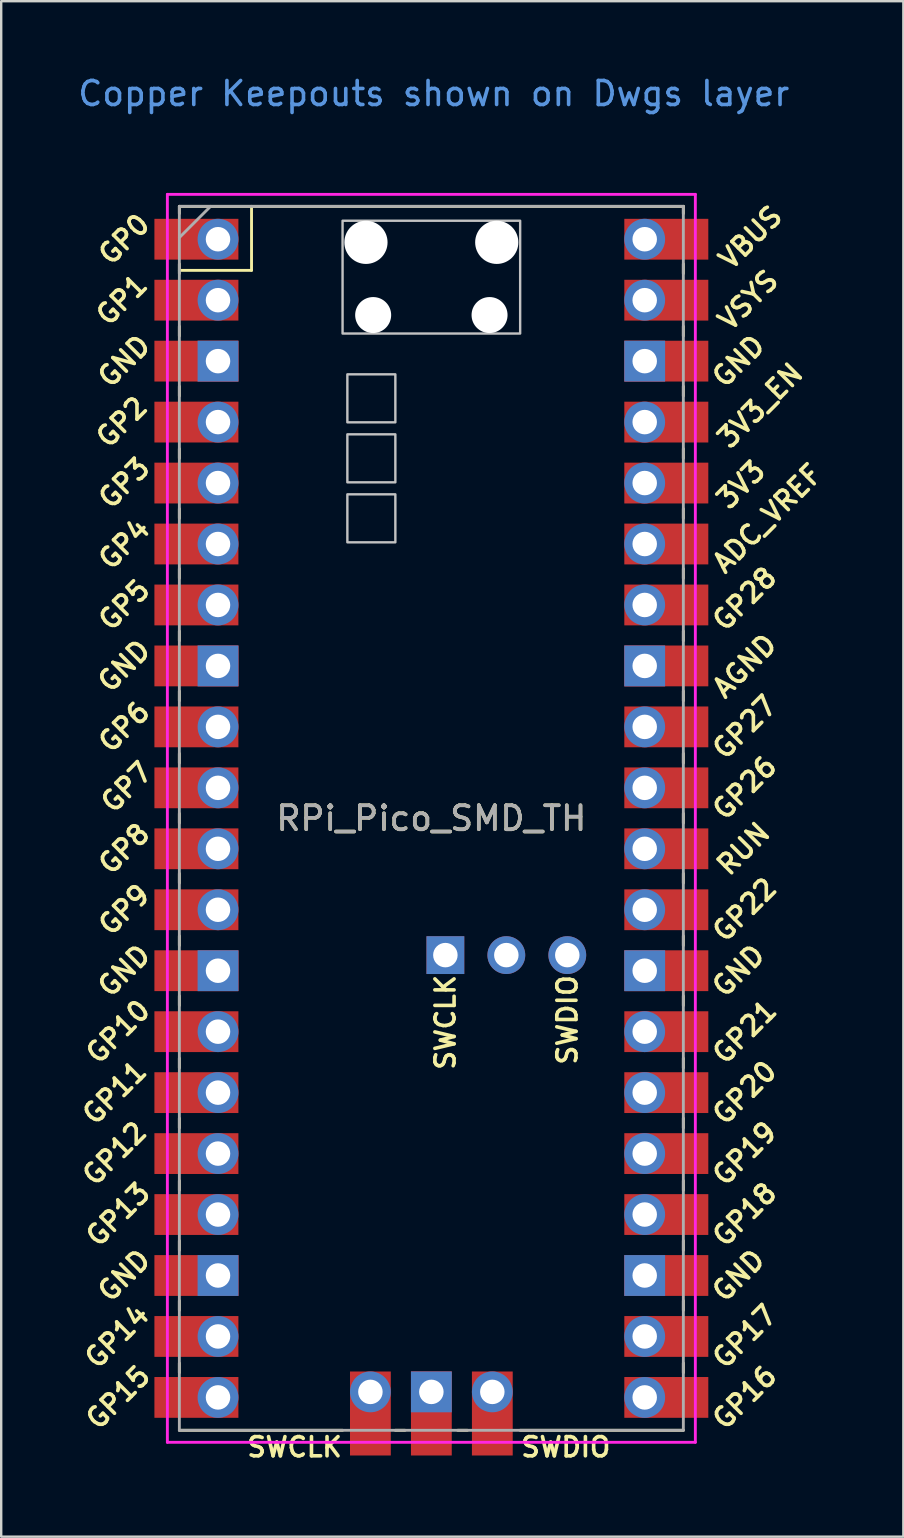
<source format=kicad_pcb>
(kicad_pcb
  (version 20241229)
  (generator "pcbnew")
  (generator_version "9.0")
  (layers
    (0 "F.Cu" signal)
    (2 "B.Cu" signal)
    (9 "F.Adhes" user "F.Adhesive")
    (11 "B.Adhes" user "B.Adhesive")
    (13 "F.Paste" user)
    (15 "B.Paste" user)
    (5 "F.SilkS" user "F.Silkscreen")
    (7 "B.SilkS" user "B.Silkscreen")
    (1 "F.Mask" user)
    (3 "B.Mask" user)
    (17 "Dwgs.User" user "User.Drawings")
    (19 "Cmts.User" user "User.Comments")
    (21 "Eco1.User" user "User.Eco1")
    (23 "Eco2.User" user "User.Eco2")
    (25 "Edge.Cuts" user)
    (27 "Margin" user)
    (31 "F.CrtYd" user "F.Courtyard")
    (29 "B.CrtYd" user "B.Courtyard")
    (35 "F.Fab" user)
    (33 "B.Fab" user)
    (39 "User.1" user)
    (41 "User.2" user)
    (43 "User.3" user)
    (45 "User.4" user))
  (footprint "RPi_Pico_SMD_TH"
    (layer "F.Cu")
    (at 4.424 56.548)
    (property "Reference" "RPi_Pico_SMD_TH" (at 10.5 -25.5 180) (layer "F.SilkS") (effects (font (size 1 1) (thickness 0.15))))
    (attr through_hole)
    (fp_line (start 0 -51) (end 0 -50.7) (stroke (width 0.12) (type solid)) (layer "F.SilkS"))
    (fp_line (start 0 -51) (end 21 -51) (stroke (width 0.12) (type solid)) (layer "F.SilkS"))
    (fp_line (start 0 -48.6) (end 0 -48.2) (stroke (width 0.12) (type solid)) (layer "F.SilkS"))
    (fp_line (start 0 -48.333) (end 3.007 -48.333) (stroke (width 0.12) (type solid)) (layer "F.SilkS"))
    (fp_line (start 0 -46) (end 0 -45.6) (stroke (width 0.12) (type solid)) (layer "F.SilkS"))
    (fp_line (start 0 -43.5) (end 0 -43.1) (stroke (width 0.12) (type solid)) (layer "F.SilkS"))
    (fp_line (start 0 -40.9) (end 0 -40.5) (stroke (width 0.12) (type solid)) (layer "F.SilkS"))
    (fp_line (start 0 -38.4) (end 0 -38) (stroke (width 0.12) (type solid)) (layer "F.SilkS"))
    (fp_line (start 0 -35.9) (end 0 -35.5) (stroke (width 0.12) (type solid)) (layer "F.SilkS"))
    (fp_line (start 0 -33.3) (end 0 -32.9) (stroke (width 0.12) (type solid)) (layer "F.SilkS"))
    (fp_line (start 0 -30.8) (end 0 -30.4) (stroke (width 0.12) (type solid)) (layer "F.SilkS"))
    (fp_line (start 0 -28.2) (end 0 -27.8) (stroke (width 0.12) (type solid)) (layer "F.SilkS"))
    (fp_line (start 0 -25.7) (end 0 -25.3) (stroke (width 0.12) (type solid)) (layer "F.SilkS"))
    (fp_line (start 0 -23.2) (end 0 -22.8) (stroke (width 0.12) (type solid)) (layer "F.SilkS"))
    (fp_line (start 0 -20.6) (end 0 -20.2) (stroke (width 0.12) (type solid)) (layer "F.SilkS"))
    (fp_line (start 0 -18.1) (end 0 -17.7) (stroke (width 0.12) (type solid)) (layer "F.SilkS"))
    (fp_line (start 0 -15.5) (end 0 -15.1) (stroke (width 0.12) (type solid)) (layer "F.SilkS"))
    (fp_line (start 0 -13) (end 0 -12.6) (stroke (width 0.12) (type solid)) (layer "F.SilkS"))
    (fp_line (start 0 -10.4) (end 0 -10) (stroke (width 0.12) (type solid)) (layer "F.SilkS"))
    (fp_line (start 0 -7.9) (end 0 -7.5) (stroke (width 0.12) (type solid)) (layer "F.SilkS"))
    (fp_line (start 0 -5.4) (end 0 -5) (stroke (width 0.12) (type solid)) (layer "F.SilkS"))
    (fp_line (start 0 -2.8) (end 0 -2.4) (stroke (width 0.12) (type solid)) (layer "F.SilkS"))
    (fp_line (start 3.007 -48.333) (end 3.007 -51) (stroke (width 0.12) (type solid)) (layer "F.SilkS"))
    (fp_line (start 6.8 0) (end 0 0) (stroke (width 0.12) (type solid)) (layer "F.SilkS"))
    (fp_line (start 9 0) (end 9.4 0) (stroke (width 0.12) (type solid)) (layer "F.SilkS"))
    (fp_line (start 11.6 0) (end 12 0) (stroke (width 0.12) (type solid)) (layer "F.SilkS"))
    (fp_line (start 21 -51) (end 21 -50.7) (stroke (width 0.12) (type solid)) (layer "F.SilkS"))
    (fp_line (start 21 -48.6) (end 21 -48.2) (stroke (width 0.12) (type solid)) (layer "F.SilkS"))
    (fp_line (start 21 -46) (end 21 -45.6) (stroke (width 0.12) (type solid)) (layer "F.SilkS"))
    (fp_line (start 21 -43.5) (end 21 -43.1) (stroke (width 0.12) (type solid)) (layer "F.SilkS"))
    (fp_line (start 21 -40.9) (end 21 -40.5) (stroke (width 0.12) (type solid)) (layer "F.SilkS"))
    (fp_line (start 21 -38.4) (end 21 -38) (stroke (width 0.12) (type solid)) (layer "F.SilkS"))
    (fp_line (start 21 -35.9) (end 21 -35.5) (stroke (width 0.12) (type solid)) (layer "F.SilkS"))
    (fp_line (start 21 -33.3) (end 21 -32.9) (stroke (width 0.12) (type solid)) (layer "F.SilkS"))
    (fp_line (start 21 -30.8) (end 21 -30.4) (stroke (width 0.12) (type solid)) (layer "F.SilkS"))
    (fp_line (start 21 -28.2) (end 21 -27.8) (stroke (width 0.12) (type solid)) (layer "F.SilkS"))
    (fp_line (start 21 -25.7) (end 21 -25.3) (stroke (width 0.12) (type solid)) (layer "F.SilkS"))
    (fp_line (start 21 -23.2) (end 21 -22.8) (stroke (width 0.12) (type solid)) (layer "F.SilkS"))
    (fp_line (start 21 -20.6) (end 21 -20.2) (stroke (width 0.12) (type solid)) (layer "F.SilkS"))
    (fp_line (start 21 -18.1) (end 21 -17.7) (stroke (width 0.12) (type solid)) (layer "F.SilkS"))
    (fp_line (start 21 -15.5) (end 21 -15.1) (stroke (width 0.12) (type solid)) (layer "F.SilkS"))
    (fp_line (start 21 -13) (end 21 -12.6) (stroke (width 0.12) (type solid)) (layer "F.SilkS"))
    (fp_line (start 21 -10.4) (end 21 -10) (stroke (width 0.12) (type solid)) (layer "F.SilkS"))
    (fp_line (start 21 -7.9) (end 21 -7.5) (stroke (width 0.12) (type solid)) (layer "F.SilkS"))
    (fp_line (start 21 -5.4) (end 21 -5) (stroke (width 0.12) (type solid)) (layer "F.SilkS"))
    (fp_line (start 21 -2.8) (end 21 -2.4) (stroke (width 0.12) (type solid)) (layer "F.SilkS"))
    (fp_line (start 21 0) (end 14.2 0) (stroke (width 0.12) (type solid)) (layer "F.SilkS"))
    (fp_poly (pts (xy 9 -42) (xy 7 -42) (xy 7 -44) (xy 9 -44)) (stroke (width 0.1) (type solid)) (fill no) (layer "Dwgs.User"))
    (fp_poly (pts (xy 9 -39.5) (xy 7 -39.5) (xy 7 -41.5) (xy 9 -41.5)) (stroke (width 0.1) (type solid)) (fill no) (layer "Dwgs.User"))
    (fp_poly (pts (xy 9 -37) (xy 7 -37) (xy 7 -39) (xy 9 -39)) (stroke (width 0.1) (type solid)) (fill no) (layer "Dwgs.User"))
    (fp_poly (pts (xy 14.2 -45.7) (xy 6.8 -45.7) (xy 6.8 -50.4) (xy 14.2 -50.4)) (stroke (width 0.1) (type solid)) (fill no) (layer "Dwgs.User"))
    (fp_line (start -0.5 -51.5) (end 21.5 -51.5) (stroke (width 0.12) (type solid)) (layer "F.CrtYd"))
    (fp_line (start -0.5 0.5) (end -0.5 -51.5) (stroke (width 0.12) (type solid)) (layer "F.CrtYd"))
    (fp_line (start 21.5 -51.5) (end 21.5 0.5) (stroke (width 0.12) (type solid)) (layer "F.CrtYd"))
    (fp_line (start 21.5 0.5) (end -0.5 0.5) (stroke (width 0.12) (type solid)) (layer "F.CrtYd"))
    (fp_line (start 0 -51) (end 21 -51) (stroke (width 0.12) (type solid)) (layer "F.Fab"))
    (fp_line (start 0 -49.7) (end 1.3 -51) (stroke (width 0.12) (type solid)) (layer "F.Fab"))
    (fp_line (start 0 0) (end 0 -51) (stroke (width 0.12) (type solid)) (layer "F.Fab"))
    (fp_line (start 21 -51) (end 21 0) (stroke (width 0.12) (type solid)) (layer "F.Fab"))
    (fp_line (start 21 0) (end 0 0) (stroke (width 0.12) (type solid)) (layer "F.Fab"))
    (fp_text user "GP2" (at -2.4 -42.01 225) (layer "F.SilkS") (effects (font (size 0.8 0.8) (thickness 0.15))))
    (fp_text user "GP18" (at 23.554 -8.99 225) (layer "F.SilkS") (effects (font (size 0.8 0.8) (thickness 0.15))))
    (fp_text user "GP0" (at -2.3 -49.63 225) (layer "F.SilkS") (effects (font (size 0.8 0.8) (thickness 0.15))))
    (fp_text user "GND" (at 23.3 -44.55 225) (layer "F.SilkS") (effects (font (size 0.8 0.8) (thickness 0.15))))
    (fp_text user "SWCLK" (at 4.8 0.7 180) (layer "F.SilkS") (effects (font (size 0.8 0.8) (thickness 0.15))))
    (fp_text user "GP21" (at 23.554 -16.6 225) (layer "F.SilkS") (effects (font (size 0.8 0.8) (thickness 0.15))))
    (fp_text user "GP10" (at -2.554 -16.61 225) (layer "F.SilkS") (effects (font (size 0.8 0.8) (thickness 0.15))))
    (fp_text user "GP20" (at 23.554 -14.07 225) (layer "F.SilkS") (effects (font (size 0.8 0.8) (thickness 0.15))))
    (fp_text user "RUN" (at 23.5 -24.23 225) (layer "F.SilkS") (effects (font (size 0.8 0.8) (thickness 0.15))))
    (fp_text user "AGND" (at 23.554 -31.85 225) (layer "F.SilkS") (effects (font (size 0.8 0.8) (thickness 0.15))))
    (fp_text user "GND" (at 23.3 -6.45 225) (layer "F.SilkS") (effects (font (size 0.8 0.8) (thickness 0.15))))
    (fp_text user "GP26" (at 23.554 -26.77 225) (layer "F.SilkS") (effects (font (size 0.8 0.8) (thickness 0.15))))
    (fp_text user "GP17" (at 23.554 -3.91 225) (layer "F.SilkS") (effects (font (size 0.8 0.8) (thickness 0.15))))
    (fp_text user "VSYS" (at 23.7 -47.09 225) (layer "F.SilkS") (effects (font (size 0.8 0.8) (thickness 0.15))))
    (fp_text user "GP28" (at 23.554 -34.644 225) (layer "F.SilkS") (effects (font (size 0.8 0.8) (thickness 0.15))))
    (fp_text user "GND" (at -2.3 -44.55 225) (layer "F.SilkS") (effects (font (size 0.8 0.8) (thickness 0.15))))
    (fp_text user "GP11" (at -2.7 -14.07 225) (layer "F.SilkS") (effects (font (size 0.8 0.8) (thickness 0.15))))
    (fp_text user "3V3_EN" (at 24.2 -42.7 225) (layer "F.SilkS") (effects (font (size 0.8 0.8) (thickness 0.15))))
    (fp_text user "GP27" (at 23.554 -29.3 225) (layer "F.SilkS") (effects (font (size 0.8 0.8) (thickness 0.15))))
    (fp_text user "GP16" (at 23.554 -1.37 225) (layer "F.SilkS") (effects (font (size 0.8 0.8) (thickness 0.15))))
    (fp_text user "SWCLK" (at 11.084 -17 90) (layer "F.SilkS") (effects (font (size 0.8 0.8) (thickness 0.15))))
    (fp_text user "GP22" (at 23.554 -21.69 225) (layer "F.SilkS") (effects (font (size 0.8 0.8) (thickness 0.15))))
    (fp_text user "GP15" (at -2.554 -1.37 225) (layer "F.SilkS") (effects (font (size 0.8 0.8) (thickness 0.15))))
    (fp_text user "GND" (at 23.3 -19.15 225) (layer "F.SilkS") (effects (font (size 0.8 0.8) (thickness 0.15))))
    (fp_text user "GP19" (at 23.554 -11.53 225) (layer "F.SilkS") (effects (font (size 0.8 0.8) (thickness 0.15))))
    (fp_text user "GP3" (at -2.3 -39.47 225) (layer "F.SilkS") (effects (font (size 0.8 0.8) (thickness 0.15))))
    (fp_text user "GP1" (at -2.4 -47.1 225) (layer "F.SilkS") (effects (font (size 0.8 0.8) (thickness 0.15))))
    (fp_text user "SWDIO" (at 16.164 -17.1 90) (layer "F.SilkS") (effects (font (size 0.8 0.8) (thickness 0.15))))
    (fp_text user "ADC_VREF" (at 24.5 -38 225) (layer "F.SilkS") (effects (font (size 0.8 0.8) (thickness 0.15))))
    (fp_text user "3V3" (at 23.4 -39.4 225) (layer "F.SilkS") (effects (font (size 0.8 0.8) (thickness 0.15))))
    (fp_text user "GP4" (at -2.3 -36.93 225) (layer "F.SilkS") (effects (font (size 0.8 0.8) (thickness 0.15))))
    (fp_text user "GP14" (at -2.6 -3.91 225) (layer "F.SilkS") (effects (font (size 0.8 0.8) (thickness 0.15))))
    (fp_text user "GP6" (at -2.3 -29.31 225) (layer "F.SilkS") (effects (font (size 0.8 0.8) (thickness 0.15))))
    (fp_text user "GND" (at -2.3 -19.15 225) (layer "F.SilkS") (effects (font (size 0.8 0.8) (thickness 0.15))))
    (fp_text user "VBUS" (at 23.8 -49.7 225) (layer "F.SilkS") (effects (font (size 0.8 0.8) (thickness 0.15))))
    (fp_text user "GP7" (at -2.2 -26.8 225) (layer "F.SilkS") (effects (font (size 0.8 0.8) (thickness 0.15))))
    (fp_text user "GND" (at -2.3 -6.45 225) (layer "F.SilkS") (effects (font (size 0.8 0.8) (thickness 0.15))))
    (fp_text user "GP8" (at -2.3 -24.23 225) (layer "F.SilkS") (effects (font (size 0.8 0.8) (thickness 0.15))))
    (fp_text user "GP5" (at -2.3 -34.39 225) (layer "F.SilkS") (effects (font (size 0.8 0.8) (thickness 0.15))))
    (fp_text user "GP13" (at -2.554 -8.99 225) (layer "F.SilkS") (effects (font (size 0.8 0.8) (thickness 0.15))))
    (fp_text user "GP9" (at -2.3 -21.69 225) (layer "F.SilkS") (effects (font (size 0.8 0.8) (thickness 0.15))))
    (fp_text user "SWDIO" (at 16.1 0.7 180) (layer "F.SilkS") (effects (font (size 0.8 0.8) (thickness 0.15))))
    (fp_text user "GP12" (at -2.7 -11.53 225) (layer "F.SilkS") (effects (font (size 0.8 0.8) (thickness 0.15))))
    (fp_text user "GND" (at -2.3 -31.85 225) (layer "F.SilkS") (effects (font (size 0.8 0.8) (thickness 0.15))))
    (fp_text user "Copper Keepouts shown on Dwgs layer" (at 10.6 -55.7 180) (layer "Cmts.User") (effects (font (size 1 1) (thickness 0.15))))
    (fp_text user "${REFERENCE}" (at 10.5 -25.5 180) (layer "F.Fab") (effects (font (size 1 1) (thickness 0.15))))
    (pad "" np_thru_hole oval (at 7.775 -49.5) (size 1.8 1.8) (drill 1.8) (layers "*.Cu" "*.Mask"))
    (pad "" np_thru_hole oval (at 8.075 -46.47) (size 1.5 1.5) (drill 1.5) (layers "*.Cu" "*.Mask"))
    (pad "" np_thru_hole oval (at 12.925 -46.47) (size 1.5 1.5) (drill 1.5) (layers "*.Cu" "*.Mask"))
    (pad "" np_thru_hole oval (at 13.225 -49.5) (size 1.8 1.8) (drill 1.8) (layers "*.Cu" "*.Mask"))
    (pad "1" thru_hole oval (at 1.61 -49.63) (size 1.7 1.7) (drill 1.02) (layers "*.Cu" "*.Mask"))
    (pad "1" smd rect (at 1.61 -49.63) (size 3.5 1.7) (drill (offset -0.9 0)) (layers "F.Cu" "F.Mask"))
    (pad "2" thru_hole oval (at 1.61 -47.09) (size 1.7 1.7) (drill 1.02) (layers "*.Cu" "*.Mask"))
    (pad "2" smd rect (at 1.61 -47.09) (size 3.5 1.7) (drill (offset -0.9 0)) (layers "F.Cu" "F.Mask"))
    (pad "3" thru_hole rect (at 1.61 -44.55) (size 1.7 1.7) (drill 1.02) (layers "*.Cu" "*.Mask"))
    (pad "3" smd rect (at 1.61 -44.55) (size 3.5 1.7) (drill (offset -0.9 0)) (layers "F.Cu" "F.Mask"))
    (pad "4" thru_hole oval (at 1.61 -42.01) (size 1.7 1.7) (drill 1.02) (layers "*.Cu" "*.Mask"))
    (pad "4" smd rect (at 1.61 -42.01) (size 3.5 1.7) (drill (offset -0.9 0)) (layers "F.Cu" "F.Mask"))
    (pad "5" thru_hole oval (at 1.61 -39.47) (size 1.7 1.7) (drill 1.02) (layers "*.Cu" "*.Mask"))
    (pad "5" smd rect (at 1.61 -39.47) (size 3.5 1.7) (drill (offset -0.9 0)) (layers "F.Cu" "F.Mask"))
    (pad "6" thru_hole oval (at 1.61 -36.93) (size 1.7 1.7) (drill 1.02) (layers "*.Cu" "*.Mask"))
    (pad "6" smd rect (at 1.61 -36.93) (size 3.5 1.7) (drill (offset -0.9 0)) (layers "F.Cu" "F.Mask"))
    (pad "7" thru_hole oval (at 1.61 -34.39) (size 1.7 1.7) (drill 1.02) (layers "*.Cu" "*.Mask"))
    (pad "7" smd rect (at 1.61 -34.39) (size 3.5 1.7) (drill (offset -0.9 0)) (layers "F.Cu" "F.Mask"))
    (pad "8" thru_hole rect (at 1.61 -31.85) (size 1.7 1.7) (drill 1.02) (layers "*.Cu" "*.Mask"))
    (pad "8" smd rect (at 1.61 -31.85) (size 3.5 1.7) (drill (offset -0.9 0)) (layers "F.Cu" "F.Mask"))
    (pad "9" thru_hole oval (at 1.61 -29.31) (size 1.7 1.7) (drill 1.02) (layers "*.Cu" "*.Mask"))
    (pad "9" smd rect (at 1.61 -29.31) (size 3.5 1.7) (drill (offset -0.9 0)) (layers "F.Cu" "F.Mask"))
    (pad "10" thru_hole oval (at 1.61 -26.77) (size 1.7 1.7) (drill 1.02) (layers "*.Cu" "*.Mask"))
    (pad "10" smd rect (at 1.61 -26.77) (size 3.5 1.7) (drill (offset -0.9 0)) (layers "F.Cu" "F.Mask"))
    (pad "11" thru_hole oval (at 1.61 -24.23) (size 1.7 1.7) (drill 1.02) (layers "*.Cu" "*.Mask"))
    (pad "11" smd rect (at 1.61 -24.23) (size 3.5 1.7) (drill (offset -0.9 0)) (layers "F.Cu" "F.Mask"))
    (pad "12" thru_hole oval (at 1.61 -21.69) (size 1.7 1.7) (drill 1.02) (layers "*.Cu" "*.Mask"))
    (pad "12" smd rect (at 1.61 -21.69) (size 3.5 1.7) (drill (offset -0.9 0)) (layers "F.Cu" "F.Mask"))
    (pad "13" thru_hole rect (at 1.61 -19.15) (size 1.7 1.7) (drill 1.02) (layers "*.Cu" "*.Mask"))
    (pad "13" smd rect (at 1.61 -19.15) (size 3.5 1.7) (drill (offset -0.9 0)) (layers "F.Cu" "F.Mask"))
    (pad "14" thru_hole oval (at 1.61 -16.61) (size 1.7 1.7) (drill 1.02) (layers "*.Cu" "*.Mask"))
    (pad "14" smd rect (at 1.61 -16.61) (size 3.5 1.7) (drill (offset -0.9 0)) (layers "F.Cu" "F.Mask"))
    (pad "15" thru_hole oval (at 1.61 -14.07) (size 1.7 1.7) (drill 1.02) (layers "*.Cu" "*.Mask"))
    (pad "15" smd rect (at 1.61 -14.07) (size 3.5 1.7) (drill (offset -0.9 0)) (layers "F.Cu" "F.Mask"))
    (pad "16" thru_hole oval (at 1.61 -11.53) (size 1.7 1.7) (drill 1.02) (layers "*.Cu" "*.Mask"))
    (pad "16" smd rect (at 1.61 -11.53) (size 3.5 1.7) (drill (offset -0.9 0)) (layers "F.Cu" "F.Mask"))
    (pad "17" thru_hole oval (at 1.61 -8.99) (size 1.7 1.7) (drill 1.02) (layers "*.Cu" "*.Mask"))
    (pad "17" smd rect (at 1.61 -8.99) (size 3.5 1.7) (drill (offset -0.9 0)) (layers "F.Cu" "F.Mask"))
    (pad "18" thru_hole rect (at 1.61 -6.45) (size 1.7 1.7) (drill 1.02) (layers "*.Cu" "*.Mask"))
    (pad "18" smd rect (at 1.61 -6.45) (size 3.5 1.7) (drill (offset -0.9 0)) (layers "F.Cu" "F.Mask"))
    (pad "19" thru_hole oval (at 1.61 -3.91) (size 1.7 1.7) (drill 1.02) (layers "*.Cu" "*.Mask"))
    (pad "19" smd rect (at 1.61 -3.91) (size 3.5 1.7) (drill (offset -0.9 0)) (layers "F.Cu" "F.Mask"))
    (pad "20" thru_hole oval (at 1.61 -1.37) (size 1.7 1.7) (drill 1.02) (layers "*.Cu" "*.Mask"))
    (pad "20" smd rect (at 1.61 -1.37) (size 3.5 1.7) (drill (offset -0.9 0)) (layers "F.Cu" "F.Mask"))
    (pad "21" thru_hole oval (at 19.39 -1.37) (size 1.7 1.7) (drill 1.02) (layers "*.Cu" "*.Mask"))
    (pad "21" smd rect (at 19.39 -1.37) (size 3.5 1.7) (drill (offset 0.9 0)) (layers "F.Cu" "F.Mask"))
    (pad "22" thru_hole oval (at 19.39 -3.91) (size 1.7 1.7) (drill 1.02) (layers "*.Cu" "*.Mask"))
    (pad "22" smd rect (at 19.39 -3.91) (size 3.5 1.7) (drill (offset 0.9 0)) (layers "F.Cu" "F.Mask"))
    (pad "23" thru_hole rect (at 19.39 -6.45) (size 1.7 1.7) (drill 1.02) (layers "*.Cu" "*.Mask"))
    (pad "23" smd rect (at 19.39 -6.45) (size 3.5 1.7) (drill (offset 0.9 0)) (layers "F.Cu" "F.Mask"))
    (pad "24" thru_hole oval (at 19.39 -8.99) (size 1.7 1.7) (drill 1.02) (layers "*.Cu" "*.Mask"))
    (pad "24" smd rect (at 19.39 -8.99) (size 3.5 1.7) (drill (offset 0.9 0)) (layers "F.Cu" "F.Mask"))
    (pad "25" thru_hole oval (at 19.39 -11.53) (size 1.7 1.7) (drill 1.02) (layers "*.Cu" "*.Mask"))
    (pad "25" smd rect (at 19.39 -11.53) (size 3.5 1.7) (drill (offset 0.9 0)) (layers "F.Cu" "F.Mask"))
    (pad "26" thru_hole oval (at 19.39 -14.07) (size 1.7 1.7) (drill 1.02) (layers "*.Cu" "*.Mask"))
    (pad "26" smd rect (at 19.39 -14.07) (size 3.5 1.7) (drill (offset 0.9 0)) (layers "F.Cu" "F.Mask"))
    (pad "27" thru_hole oval (at 19.39 -16.61) (size 1.7 1.7) (drill 1.02) (layers "*.Cu" "*.Mask"))
    (pad "27" smd rect (at 19.39 -16.61) (size 3.5 1.7) (drill (offset 0.9 0)) (layers "F.Cu" "F.Mask"))
    (pad "28" thru_hole rect (at 19.39 -19.15) (size 1.7 1.7) (drill 1.02) (layers "*.Cu" "*.Mask"))
    (pad "28" smd rect (at 19.39 -19.15) (size 3.5 1.7) (drill (offset 0.9 0)) (layers "F.Cu" "F.Mask"))
    (pad "29" thru_hole oval (at 19.39 -21.69) (size 1.7 1.7) (drill 1.02) (layers "*.Cu" "*.Mask"))
    (pad "29" smd rect (at 19.39 -21.69) (size 3.5 1.7) (drill (offset 0.9 0)) (layers "F.Cu" "F.Mask"))
    (pad "30" thru_hole oval (at 19.39 -24.23) (size 1.7 1.7) (drill 1.02) (layers "*.Cu" "*.Mask"))
    (pad "30" smd rect (at 19.39 -24.23) (size 3.5 1.7) (drill (offset 0.9 0)) (layers "F.Cu" "F.Mask"))
    (pad "31" thru_hole oval (at 19.39 -26.77) (size 1.7 1.7) (drill 1.02) (layers "*.Cu" "*.Mask"))
    (pad "31" smd rect (at 19.39 -26.77) (size 3.5 1.7) (drill (offset 0.9 0)) (layers "F.Cu" "F.Mask"))
    (pad "32" thru_hole oval (at 19.39 -29.31) (size 1.7 1.7) (drill 1.02) (layers "*.Cu" "*.Mask"))
    (pad "32" smd rect (at 19.39 -29.31) (size 3.5 1.7) (drill (offset 0.9 0)) (layers "F.Cu" "F.Mask"))
    (pad "33" thru_hole rect (at 19.39 -31.85) (size 1.7 1.7) (drill 1.02) (layers "*.Cu" "*.Mask"))
    (pad "33" smd rect (at 19.39 -31.85) (size 3.5 1.7) (drill (offset 0.9 0)) (layers "F.Cu" "F.Mask"))
    (pad "34" thru_hole oval (at 19.39 -34.39) (size 1.7 1.7) (drill 1.02) (layers "*.Cu" "*.Mask"))
    (pad "34" smd rect (at 19.39 -34.39) (size 3.5 1.7) (drill (offset 0.9 0)) (layers "F.Cu" "F.Mask"))
    (pad "35" thru_hole oval (at 19.39 -36.93) (size 1.7 1.7) (drill 1.02) (layers "*.Cu" "*.Mask"))
    (pad "35" smd rect (at 19.39 -36.93) (size 3.5 1.7) (drill (offset 0.9 0)) (layers "F.Cu" "F.Mask"))
    (pad "36" thru_hole oval (at 19.39 -39.47) (size 1.7 1.7) (drill 1.02) (layers "*.Cu" "*.Mask"))
    (pad "36" smd rect (at 19.39 -39.47) (size 3.5 1.7) (drill (offset 0.9 0)) (layers "F.Cu" "F.Mask"))
    (pad "37" thru_hole oval (at 19.39 -42.01) (size 1.7 1.7) (drill 1.02) (layers "*.Cu" "*.Mask"))
    (pad "37" smd rect (at 19.39 -42.01) (size 3.5 1.7) (drill (offset 0.9 0)) (layers "F.Cu" "F.Mask"))
    (pad "38" thru_hole rect (at 19.39 -44.55) (size 1.7 1.7) (drill 1.02) (layers "*.Cu" "*.Mask"))
    (pad "38" smd rect (at 19.39 -44.55) (size 3.5 1.7) (drill (offset 0.9 0)) (layers "F.Cu" "F.Mask"))
    (pad "39" thru_hole oval (at 19.39 -47.09) (size 1.7 1.7) (drill 1.02) (layers "*.Cu" "*.Mask"))
    (pad "39" smd rect (at 19.39 -47.09) (size 3.5 1.7) (drill (offset 0.9 0)) (layers "F.Cu" "F.Mask"))
    (pad "40" thru_hole oval (at 19.39 -49.63) (size 1.7 1.7) (drill 1.02) (layers "*.Cu" "*.Mask"))
    (pad "40" smd rect (at 19.39 -49.63) (size 3.5 1.7) (drill (offset 0.9 0)) (layers "F.Cu" "F.Mask"))
    (pad "41" thru_hole oval (at 7.96 -1.6) (size 1.7 1.7) (drill 1.02) (layers "*.Cu" "*.Mask"))
    (pad "41" smd rect (at 7.96 -1.6 90) (size 3.5 1.7) (drill (offset -0.9 0)) (layers "F.Cu" "F.Mask"))
    (pad "41" thru_hole rect (at 11.084 -19.8) (size 1.575 1.575) (drill 1.02) (layers "*.Cu" "*.Mask"))
    (pad "42" thru_hole rect (at 10.5 -1.6) (size 1.7 1.7) (drill 1.02) (layers "*.Cu" "*.Mask"))
    (pad "42" smd rect (at 10.5 -1.6 90) (size 3.5 1.7) (drill (offset -0.9 0)) (layers "F.Cu" "F.Mask"))
    (pad "42" thru_hole circle (at 13.624 -19.8) (size 1.575 1.575) (drill 1.02) (layers "*.Cu" "*.Mask"))
    (pad "43" thru_hole oval (at 13.04 -1.6) (size 1.7 1.7) (drill 1.02) (layers "*.Cu" "*.Mask"))
    (pad "43" smd rect (at 13.04 -1.6 90) (size 3.5 1.7) (drill (offset -0.9 0)) (layers "F.Cu" "F.Mask"))
    (pad "43" thru_hole circle (at 16.164 -19.8) (size 1.575 1.575) (drill 1.02) (layers "*.Cu" "*.Mask")))
  (gr_rect
    (start -3 -3)
    (end 34.591 60.98)
    (stroke (width 0.1) (type default))
    (fill no)
    (layer "Edge.Cuts")))
</source>
